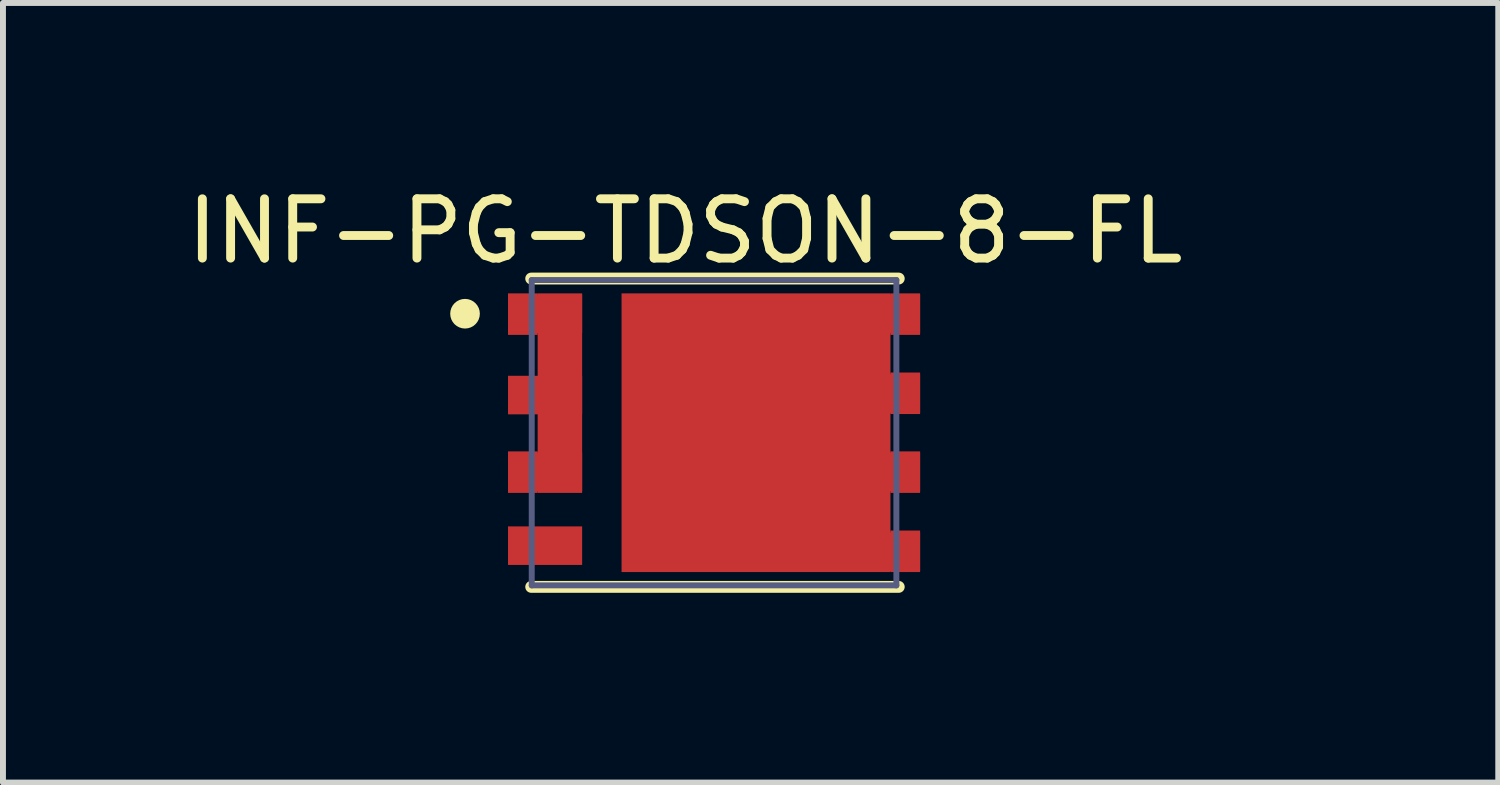
<source format=kicad_pcb>
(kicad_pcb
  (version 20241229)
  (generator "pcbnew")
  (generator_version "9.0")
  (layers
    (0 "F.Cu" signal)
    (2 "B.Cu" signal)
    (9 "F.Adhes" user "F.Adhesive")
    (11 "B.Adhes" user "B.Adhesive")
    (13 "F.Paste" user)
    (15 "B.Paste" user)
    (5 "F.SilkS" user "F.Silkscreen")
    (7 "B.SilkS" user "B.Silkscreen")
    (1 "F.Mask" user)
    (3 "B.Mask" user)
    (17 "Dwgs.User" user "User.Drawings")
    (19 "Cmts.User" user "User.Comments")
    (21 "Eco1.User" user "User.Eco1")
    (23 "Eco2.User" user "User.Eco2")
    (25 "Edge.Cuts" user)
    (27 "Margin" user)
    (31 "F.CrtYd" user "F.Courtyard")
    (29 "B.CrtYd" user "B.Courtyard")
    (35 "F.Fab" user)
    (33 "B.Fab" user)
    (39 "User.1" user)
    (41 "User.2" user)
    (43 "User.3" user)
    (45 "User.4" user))
  (footprint "INF-PG-TDSON-8-FL"
    (layer "F.Cu")
    (at 8.993 4.248)
    (property "Reference" "INF-PG-TDSON-8-FL" (at -0.487 -3.4 0) (layer "F.SilkS") (effects (font (size 1 1) (thickness 0.15))))
    (fp_line (start -3.084 -2.6) (end 3.115 -2.6) (stroke (width 0.2) (type solid)) (layer "F.SilkS"))
    (fp_line (start -3.084 2.6) (end 3.115 2.6) (stroke (width 0.2) (type solid)) (layer "F.SilkS"))
    (fp_circle (center -4.2 -2.007) (end -4.2 -2.132) (stroke (width 0.25) (type solid)) (fill no) (layer "F.SilkS"))
    (fp_line (start -3.75 -2.85) (end 3.75 -2.85) (stroke (width 0.1) (type solid)) (layer "Eco2.User"))
    (fp_line (start -3.75 2.85) (end -3.75 -2.85) (stroke (width 0.1) (type solid)) (layer "Eco2.User"))
    (fp_line (start -3.75 2.85) (end 3.75 2.85) (stroke (width 0.1) (type solid)) (layer "Eco2.User"))
    (fp_line (start -0.5 0) (end 0.5 0) (stroke (width 0.1) (type solid)) (layer "Eco2.User"))
    (fp_line (start 0 0.5) (end 0 -0.5) (stroke (width 0.1) (type solid)) (layer "Eco2.User"))
    (fp_line (start 3.75 2.85) (end 3.75 -2.85) (stroke (width 0.1) (type solid)) (layer "Eco2.User"))
    (fp_line (start -3.075 -2.575) (end 3.075 -2.575) (stroke (width 0.1) (type solid)) (layer "B.Fab"))
    (fp_line (start -3.075 2.575) (end -3.075 -2.575) (stroke (width 0.1) (type solid)) (layer "B.Fab"))
    (fp_line (start -3.075 2.575) (end 3.075 2.575) (stroke (width 0.1) (type solid)) (layer "B.Fab"))
    (fp_line (start 3.075 2.575) (end 3.075 -2.575) (stroke (width 0.1) (type solid)) (layer "B.Fab"))
    (fp_text user "${REFERENCE}" (at 0 0.129 0) (unlocked yes) (layer "User.3") (effects (font (face "Arial") (size 0.756 0.756) (thickness 0.254)) (justify left bottom)))
    (pad "1" smd custom (at -2.975 -1.65) (size 0.000001 0.000001) (layers "F.Cu" "F.Mask" "F.Paste") (options (anchor circle)) (primitives (gr_poly (pts (xy 0 0) (xy 0 -0.7) (xy -0.5 -0.7) (xy -0.5 0)) (width 0) (fill yes))))
    (pad "1" smd rect (at -2.85 -2.007) (size 1.25 0.65) (layers "F.Cu" "F.Mask" "F.Paste"))
    (pad "2" smd rect (at -2.85 -0.635) (size 1.25 0.65) (layers "F.Cu" "F.Mask" "F.Paste"))
    (pad "3" smd custom (at -2.975 1.015) (size 0.000001 0.000001) (layers "F.Cu" "F.Mask" "F.Paste") (options (anchor circle)) (primitives (gr_poly (pts (xy 0 0) (xy 0.75 0) (xy 0.75 -3.365) (xy 0 -3.365)) (width 0) (fill yes))))
    (pad "3" smd custom (at -2.975 1.015) (size 0.000001 0.000001) (layers "F.Cu" "F.Mask" "F.Paste") (options (anchor circle)) (primitives (gr_poly (pts (xy 0 0) (xy 0 -0.7) (xy -0.5 -0.7) (xy -0.5 0)) (width 0) (fill yes))))
    (pad "3" smd rect (at -2.85 0.66) (size 1.25 0.65) (layers "F.Cu" "F.Mask" "F.Paste"))
    (pad "4" smd rect (at -2.85 1.905) (size 1.25 0.65) (layers "F.Cu" "F.Mask" "F.Paste"))
    (pad "5" smd rect (at 2.85 2.007) (size 1.25 0.65) (layers "F.Cu" "F.Mask" "F.Paste"))
    (pad "5" smd custom (at 2.975 1.65) (size 0.000001 0.000001) (layers "F.Cu" "F.Mask" "F.Paste") (options (anchor circle)) (primitives (gr_poly (pts (xy 0 0) (xy 0 0.7) (xy 0.5 0.7) (xy 0.5 0)) (width 0) (fill yes))))
    (pad "6" smd rect (at 2.85 0.66) (size 1.25 0.65) (layers "F.Cu" "F.Mask" "F.Paste"))
    (pad "6" smd custom (at 2.975 0.315) (size 0.000001 0.000001) (layers "F.Cu" "F.Mask" "F.Paste") (options (anchor circle)) (primitives (gr_poly (pts (xy 0 0) (xy 0 0.7) (xy 0.5 0.7) (xy 0.5 0)) (width 0) (fill yes))))
    (pad "7" smd rect (at 2.85 -0.66) (size 1.25 0.65) (layers "F.Cu" "F.Mask" "F.Paste"))
    (pad "7" smd custom (at 2.975 -1.015) (size 0.000001 0.000001) (layers "F.Cu" "F.Mask" "F.Paste") (options (anchor circle)) (primitives (gr_poly (pts (xy 0 0) (xy 0 0.7) (xy 0.5 0.7) (xy 0.5 0)) (width 0) (fill yes))))
    (pad "8" smd rect (at 2.85 -2.007) (size 1.25 0.65) (layers "F.Cu" "F.Mask" "F.Paste"))
    (pad "8" smd custom (at 2.975 -2.35) (size 0.000001 0.000001) (layers "F.Cu" "F.Mask" "F.Paste") (options (anchor circle)) (primitives (gr_poly (pts (xy 0 0) (xy -4.535 0) (xy -4.535 4.7) (xy 0 4.7)) (width 0) (fill yes))))
    (pad "8" smd custom (at 2.975 -2.35) (size 0.000001 0.000001) (layers "F.Cu" "F.Mask" "F.Paste") (options (anchor circle)) (primitives (gr_poly (pts (xy 0 0) (xy 0 0.7) (xy 0.5 0.7) (xy 0.5 0)) (width 0) (fill yes)))))
  (gr_rect
    (start -3 -3)
    (end 22.219 10.148)
    (stroke (width 0.1) (type default))
    (fill no)
    (layer "Edge.Cuts")))
</source>
